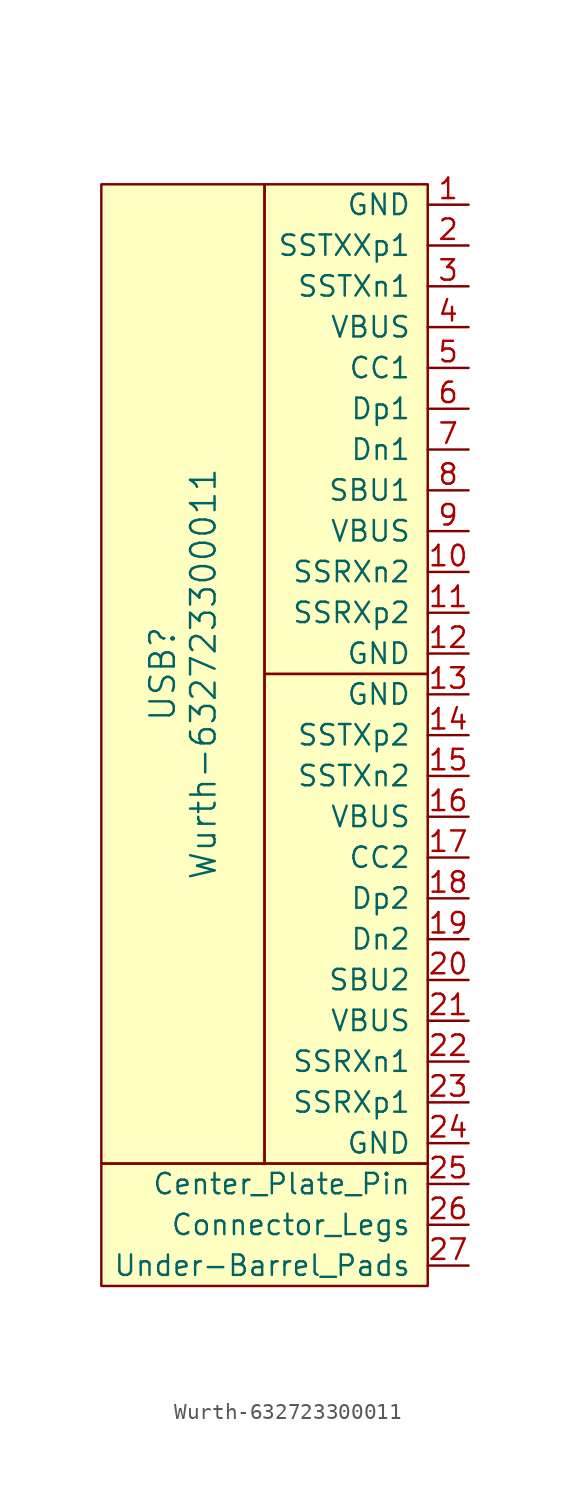
<source format=kicad_sym>
(kicad_symbol_lib
  (version 20220914)
  (generator kicad_symbol_editor)
  (symbol "Wurth-632723300011"
    (pin_names
      (offset 1.016))
    (property "Reference" "USB"
      (at -16.51 0 90)
      (effects (font (size 1.524 1.524))))
    (property "Value" "Wurth-632723300011"
      (at -13.97 0 90)
      (effects (font (size 1.524 1.524))))
    (symbol "Wurth-632723300011_0_1"
      (rectangle (start -10.16 0) (end 0 -30.48) (stroke (width 0) (type solid)) (fill (type background)))
      (rectangle (start -10.16 30.48) (end -20.32 -30.48) (stroke (width 0) (type solid)) (fill (type background)))
      (rectangle (start 0 -30.48) (end -20.32 -38.1) (stroke (width 0) (type solid)) (fill (type background)))
      (rectangle (start 0 0) (end -10.16 30.48) (stroke (width 0) (type solid)) (fill (type background))))
    (symbol "Wurth-632723300011_1_1"
      (pin input line (at 2.54 29.21 180) (length 2.54) (name "GND" (effects (font (size 1.27 1.27)))) (number "1" (effects (font (size 1.27 1.27)))))
      (pin input line (at 2.54 6.35 180) (length 2.54) (name "SSRXn2" (effects (font (size 1.27 1.27)))) (number "10" (effects (font (size 1.27 1.27)))))
      (pin input line (at 2.54 3.81 180) (length 2.54) (name "SSRXp2" (effects (font (size 1.27 1.27)))) (number "11" (effects (font (size 1.27 1.27)))))
      (pin input line (at 2.54 1.27 180) (length 2.54) (name "GND" (effects (font (size 1.27 1.27)))) (number "12" (effects (font (size 1.27 1.27)))))
      (pin input line (at 2.54 -1.27 180) (length 2.54) (name "GND" (effects (font (size 1.27 1.27)))) (number "13" (effects (font (size 1.27 1.27)))))
      (pin input line (at 2.54 -3.81 180) (length 2.54) (name "SSTXp2" (effects (font (size 1.27 1.27)))) (number "14" (effects (font (size 1.27 1.27)))))
      (pin input line (at 2.54 -6.35 180) (length 2.54) (name "SSTXn2" (effects (font (size 1.27 1.27)))) (number "15" (effects (font (size 1.27 1.27)))))
      (pin input line (at 2.54 -8.89 180) (length 2.54) (name "VBUS" (effects (font (size 1.27 1.27)))) (number "16" (effects (font (size 1.27 1.27)))))
      (pin input line (at 2.54 -11.43 180) (length 2.54) (name "CC2" (effects (font (size 1.27 1.27)))) (number "17" (effects (font (size 1.27 1.27)))))
      (pin input line (at 2.54 -13.97 180) (length 2.54) (name "Dp2" (effects (font (size 1.27 1.27)))) (number "18" (effects (font (size 1.27 1.27)))))
      (pin input line (at 2.54 -16.51 180) (length 2.54) (name "Dn2" (effects (font (size 1.27 1.27)))) (number "19" (effects (font (size 1.27 1.27)))))
      (pin input line (at 2.54 26.67 180) (length 2.54) (name "SSTXXp1" (effects (font (size 1.27 1.27)))) (number "2" (effects (font (size 1.27 1.27)))))
      (pin input line (at 2.54 -19.05 180) (length 2.54) (name "SBU2" (effects (font (size 1.27 1.27)))) (number "20" (effects (font (size 1.27 1.27)))))
      (pin input line (at 2.54 -21.59 180) (length 2.54) (name "VBUS" (effects (font (size 1.27 1.27)))) (number "21" (effects (font (size 1.27 1.27)))))
      (pin input line (at 2.54 -24.13 180) (length 2.54) (name "SSRXn1" (effects (font (size 1.27 1.27)))) (number "22" (effects (font (size 1.27 1.27)))))
      (pin input line (at 2.54 -26.67 180) (length 2.54) (name "SSRXp1" (effects (font (size 1.27 1.27)))) (number "23" (effects (font (size 1.27 1.27)))))
      (pin input line (at 2.54 -29.21 180) (length 2.54) (name "GND" (effects (font (size 1.27 1.27)))) (number "24" (effects (font (size 1.27 1.27)))))
      (pin input line (at 2.54 -31.75 180) (length 2.54) (name "Center_Plate_Pin" (effects (font (size 1.27 1.27)))) (number "25" (effects (font (size 1.27 1.27)))))
      (pin input line (at 2.54 -34.29 180) (length 2.54) (name "Connector_Legs" (effects (font (size 1.27 1.27)))) (number "26" (effects (font (size 1.27 1.27)))))
      (pin input line (at 2.54 -36.83 180) (length 2.54) (name "Under-Barrel_Pads" (effects (font (size 1.27 1.27)))) (number "27" (effects (font (size 1.27 1.27)))))
      (pin input line (at 2.54 24.13 180) (length 2.54) (name "SSTXn1" (effects (font (size 1.27 1.27)))) (number "3" (effects (font (size 1.27 1.27)))))
      (pin input line (at 2.54 21.59 180) (length 2.54) (name "VBUS" (effects (font (size 1.27 1.27)))) (number "4" (effects (font (size 1.27 1.27)))))
      (pin input line (at 2.54 19.05 180) (length 2.54) (name "CC1" (effects (font (size 1.27 1.27)))) (number "5" (effects (font (size 1.27 1.27)))))
      (pin input line (at 2.54 16.51 180) (length 2.54) (name "Dp1" (effects (font (size 1.27 1.27)))) (number "6" (effects (font (size 1.27 1.27)))))
      (pin input line (at 2.54 13.97 180) (length 2.54) (name "Dn1" (effects (font (size 1.27 1.27)))) (number "7" (effects (font (size 1.27 1.27)))))
      (pin input line (at 2.54 11.43 180) (length 2.54) (name "SBU1" (effects (font (size 1.27 1.27)))) (number "8" (effects (font (size 1.27 1.27)))))
      (pin input line (at 2.54 8.89 180) (length 2.54) (name "VBUS" (effects (font (size 1.27 1.27)))) (number "9" (effects (font (size 1.27 1.27))))))))
</source>
